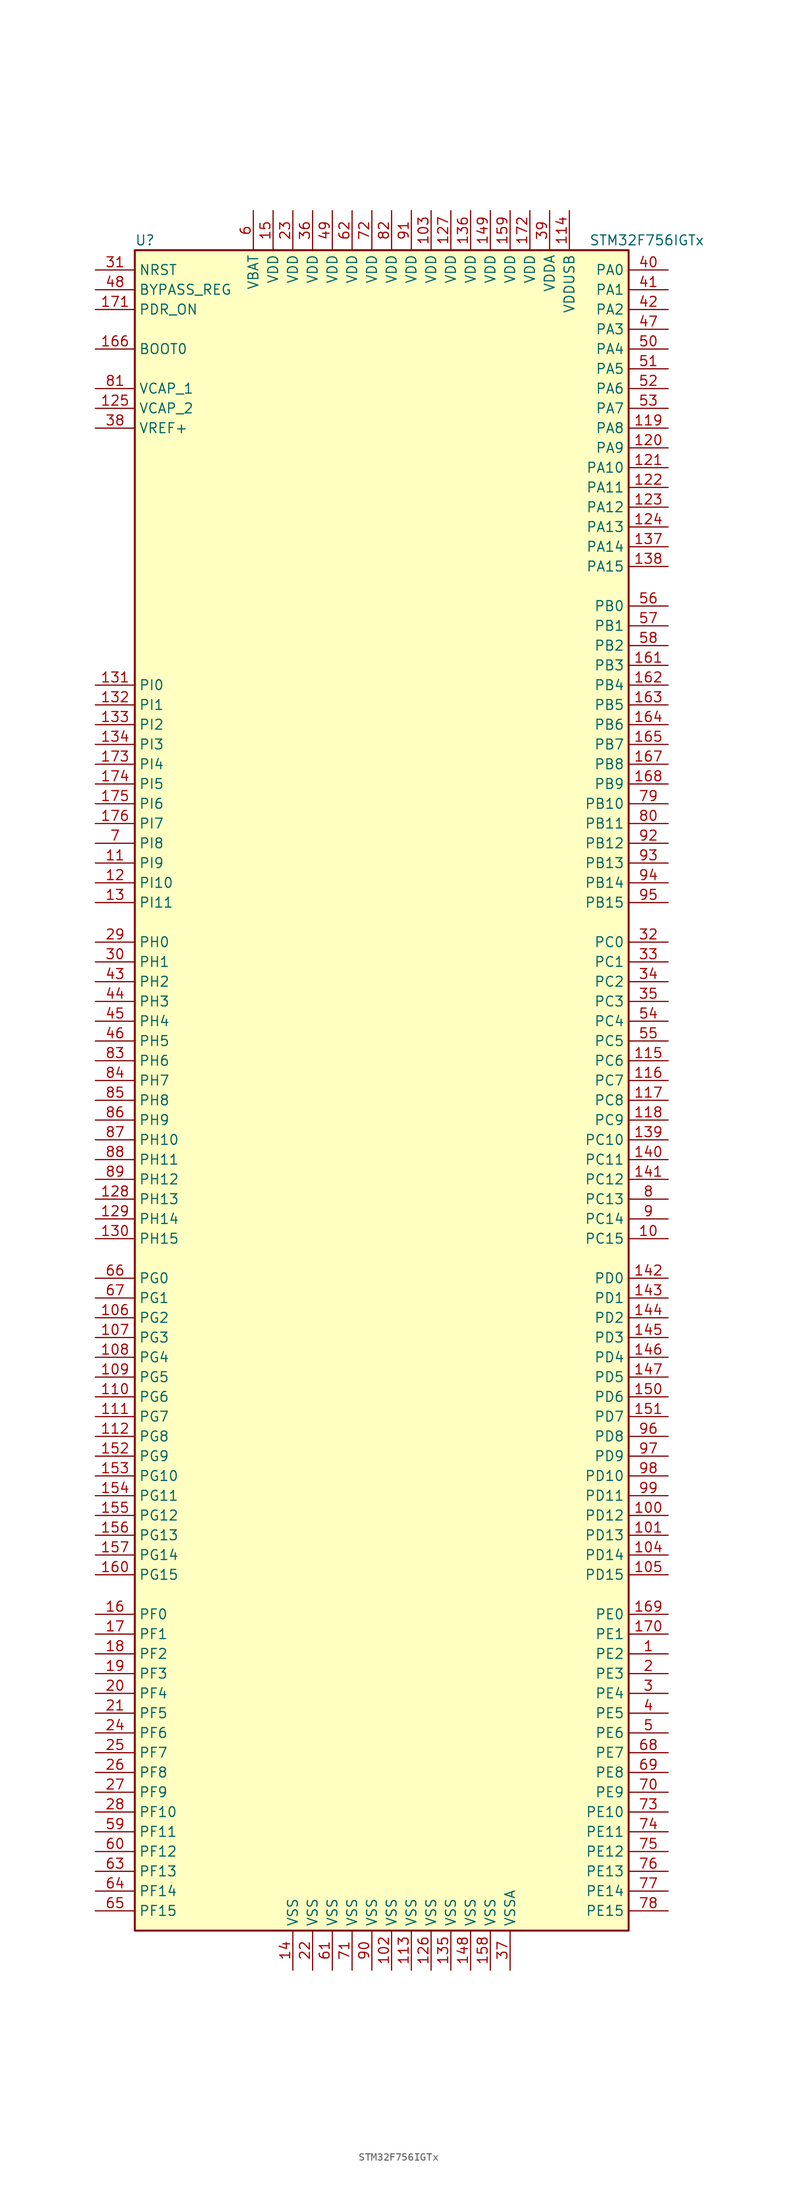
<source format=kicad_sym>
(kicad_symbol_lib
  (version 20201005)
  (generator kicad_symbol_editor)
  (symbol "MCU_ST_STM32F7:STM32F756IGTx"
    (property "Reference" "U"
      (at -33.02 107.95 0)
      (effects (font (size 1.27 1.27)) (justify left)))
    (property "Value" "STM32F756IGTx"
      (at 25.4 107.95 0)
      (effects (font (size 1.27 1.27)) (justify left)))
    (symbol "STM32F756IGTx_0_1"
      (rectangle (start -33.02 -109.22) (end 30.48 106.68) (stroke (width 0.254)) (fill (type background))))
    (symbol "STM32F756IGTx_1_1"
      (pin input line (at -38.1 93.98 0) (length 5.08) (name "BOOT0" (effects (font (size 1.27 1.27)))) (number "166" (effects (font (size 1.27 1.27)))))
      (pin input line (at -38.1 101.6 0) (length 5.08) (name "BYPASS_REG" (effects (font (size 1.27 1.27)))) (number "48" (effects (font (size 1.27 1.27)))))
      (pin input line (at -38.1 104.14 0) (length 5.08) (name "NRST" (effects (font (size 1.27 1.27)))) (number "31" (effects (font (size 1.27 1.27)))))
      (pin bidirectional line (at 35.56 104.14 180) (length 5.08) (name "PA0" (effects (font (size 1.27 1.27)))) (number "40" (effects (font (size 1.27 1.27)))))
      (pin bidirectional line (at 35.56 101.6 180) (length 5.08) (name "PA1" (effects (font (size 1.27 1.27)))) (number "41" (effects (font (size 1.27 1.27)))))
      (pin bidirectional line (at 35.56 78.74 180) (length 5.08) (name "PA10" (effects (font (size 1.27 1.27)))) (number "121" (effects (font (size 1.27 1.27)))))
      (pin bidirectional line (at 35.56 76.2 180) (length 5.08) (name "PA11" (effects (font (size 1.27 1.27)))) (number "122" (effects (font (size 1.27 1.27)))))
      (pin bidirectional line (at 35.56 73.66 180) (length 5.08) (name "PA12" (effects (font (size 1.27 1.27)))) (number "123" (effects (font (size 1.27 1.27)))))
      (pin bidirectional line (at 35.56 71.12 180) (length 5.08) (name "PA13" (effects (font (size 1.27 1.27)))) (number "124" (effects (font (size 1.27 1.27)))))
      (pin bidirectional line (at 35.56 68.58 180) (length 5.08) (name "PA14" (effects (font (size 1.27 1.27)))) (number "137" (effects (font (size 1.27 1.27)))))
      (pin bidirectional line (at 35.56 66.04 180) (length 5.08) (name "PA15" (effects (font (size 1.27 1.27)))) (number "138" (effects (font (size 1.27 1.27)))))
      (pin bidirectional line (at 35.56 99.06 180) (length 5.08) (name "PA2" (effects (font (size 1.27 1.27)))) (number "42" (effects (font (size 1.27 1.27)))))
      (pin bidirectional line (at 35.56 96.52 180) (length 5.08) (name "PA3" (effects (font (size 1.27 1.27)))) (number "47" (effects (font (size 1.27 1.27)))))
      (pin bidirectional line (at 35.56 93.98 180) (length 5.08) (name "PA4" (effects (font (size 1.27 1.27)))) (number "50" (effects (font (size 1.27 1.27)))))
      (pin bidirectional line (at 35.56 91.44 180) (length 5.08) (name "PA5" (effects (font (size 1.27 1.27)))) (number "51" (effects (font (size 1.27 1.27)))))
      (pin bidirectional line (at 35.56 88.9 180) (length 5.08) (name "PA6" (effects (font (size 1.27 1.27)))) (number "52" (effects (font (size 1.27 1.27)))))
      (pin bidirectional line (at 35.56 86.36 180) (length 5.08) (name "PA7" (effects (font (size 1.27 1.27)))) (number "53" (effects (font (size 1.27 1.27)))))
      (pin bidirectional line (at 35.56 83.82 180) (length 5.08) (name "PA8" (effects (font (size 1.27 1.27)))) (number "119" (effects (font (size 1.27 1.27)))))
      (pin bidirectional line (at 35.56 81.28 180) (length 5.08) (name "PA9" (effects (font (size 1.27 1.27)))) (number "120" (effects (font (size 1.27 1.27)))))
      (pin bidirectional line (at 35.56 60.96 180) (length 5.08) (name "PB0" (effects (font (size 1.27 1.27)))) (number "56" (effects (font (size 1.27 1.27)))))
      (pin bidirectional line (at 35.56 58.42 180) (length 5.08) (name "PB1" (effects (font (size 1.27 1.27)))) (number "57" (effects (font (size 1.27 1.27)))))
      (pin bidirectional line (at 35.56 35.56 180) (length 5.08) (name "PB10" (effects (font (size 1.27 1.27)))) (number "79" (effects (font (size 1.27 1.27)))))
      (pin bidirectional line (at 35.56 33.02 180) (length 5.08) (name "PB11" (effects (font (size 1.27 1.27)))) (number "80" (effects (font (size 1.27 1.27)))))
      (pin bidirectional line (at 35.56 30.48 180) (length 5.08) (name "PB12" (effects (font (size 1.27 1.27)))) (number "92" (effects (font (size 1.27 1.27)))))
      (pin bidirectional line (at 35.56 27.94 180) (length 5.08) (name "PB13" (effects (font (size 1.27 1.27)))) (number "93" (effects (font (size 1.27 1.27)))))
      (pin bidirectional line (at 35.56 25.4 180) (length 5.08) (name "PB14" (effects (font (size 1.27 1.27)))) (number "94" (effects (font (size 1.27 1.27)))))
      (pin bidirectional line (at 35.56 22.86 180) (length 5.08) (name "PB15" (effects (font (size 1.27 1.27)))) (number "95" (effects (font (size 1.27 1.27)))))
      (pin bidirectional line (at 35.56 55.88 180) (length 5.08) (name "PB2" (effects (font (size 1.27 1.27)))) (number "58" (effects (font (size 1.27 1.27)))))
      (pin bidirectional line (at 35.56 53.34 180) (length 5.08) (name "PB3" (effects (font (size 1.27 1.27)))) (number "161" (effects (font (size 1.27 1.27)))))
      (pin bidirectional line (at 35.56 50.8 180) (length 5.08) (name "PB4" (effects (font (size 1.27 1.27)))) (number "162" (effects (font (size 1.27 1.27)))))
      (pin bidirectional line (at 35.56 48.26 180) (length 5.08) (name "PB5" (effects (font (size 1.27 1.27)))) (number "163" (effects (font (size 1.27 1.27)))))
      (pin bidirectional line (at 35.56 45.72 180) (length 5.08) (name "PB6" (effects (font (size 1.27 1.27)))) (number "164" (effects (font (size 1.27 1.27)))))
      (pin bidirectional line (at 35.56 43.18 180) (length 5.08) (name "PB7" (effects (font (size 1.27 1.27)))) (number "165" (effects (font (size 1.27 1.27)))))
      (pin bidirectional line (at 35.56 40.64 180) (length 5.08) (name "PB8" (effects (font (size 1.27 1.27)))) (number "167" (effects (font (size 1.27 1.27)))))
      (pin bidirectional line (at 35.56 38.1 180) (length 5.08) (name "PB9" (effects (font (size 1.27 1.27)))) (number "168" (effects (font (size 1.27 1.27)))))
      (pin bidirectional line (at 35.56 17.78 180) (length 5.08) (name "PC0" (effects (font (size 1.27 1.27)))) (number "32" (effects (font (size 1.27 1.27)))))
      (pin bidirectional line (at 35.56 15.24 180) (length 5.08) (name "PC1" (effects (font (size 1.27 1.27)))) (number "33" (effects (font (size 1.27 1.27)))))
      (pin bidirectional line (at 35.56 -7.62 180) (length 5.08) (name "PC10" (effects (font (size 1.27 1.27)))) (number "139" (effects (font (size 1.27 1.27)))))
      (pin bidirectional line (at 35.56 -10.16 180) (length 5.08) (name "PC11" (effects (font (size 1.27 1.27)))) (number "140" (effects (font (size 1.27 1.27)))))
      (pin bidirectional line (at 35.56 -12.7 180) (length 5.08) (name "PC12" (effects (font (size 1.27 1.27)))) (number "141" (effects (font (size 1.27 1.27)))))
      (pin bidirectional line (at 35.56 -15.24 180) (length 5.08) (name "PC13" (effects (font (size 1.27 1.27)))) (number "8" (effects (font (size 1.27 1.27)))))
      (pin bidirectional line (at 35.56 -17.78 180) (length 5.08) (name "PC14" (effects (font (size 1.27 1.27)))) (number "9" (effects (font (size 1.27 1.27)))))
      (pin bidirectional line (at 35.56 -20.32 180) (length 5.08) (name "PC15" (effects (font (size 1.27 1.27)))) (number "10" (effects (font (size 1.27 1.27)))))
      (pin bidirectional line (at 35.56 12.7 180) (length 5.08) (name "PC2" (effects (font (size 1.27 1.27)))) (number "34" (effects (font (size 1.27 1.27)))))
      (pin bidirectional line (at 35.56 10.16 180) (length 5.08) (name "PC3" (effects (font (size 1.27 1.27)))) (number "35" (effects (font (size 1.27 1.27)))))
      (pin bidirectional line (at 35.56 7.62 180) (length 5.08) (name "PC4" (effects (font (size 1.27 1.27)))) (number "54" (effects (font (size 1.27 1.27)))))
      (pin bidirectional line (at 35.56 5.08 180) (length 5.08) (name "PC5" (effects (font (size 1.27 1.27)))) (number "55" (effects (font (size 1.27 1.27)))))
      (pin bidirectional line (at 35.56 2.54 180) (length 5.08) (name "PC6" (effects (font (size 1.27 1.27)))) (number "115" (effects (font (size 1.27 1.27)))))
      (pin bidirectional line (at 35.56 0 180) (length 5.08) (name "PC7" (effects (font (size 1.27 1.27)))) (number "116" (effects (font (size 1.27 1.27)))))
      (pin bidirectional line (at 35.56 -2.54 180) (length 5.08) (name "PC8" (effects (font (size 1.27 1.27)))) (number "117" (effects (font (size 1.27 1.27)))))
      (pin bidirectional line (at 35.56 -5.08 180) (length 5.08) (name "PC9" (effects (font (size 1.27 1.27)))) (number "118" (effects (font (size 1.27 1.27)))))
      (pin bidirectional line (at 35.56 -25.4 180) (length 5.08) (name "PD0" (effects (font (size 1.27 1.27)))) (number "142" (effects (font (size 1.27 1.27)))))
      (pin bidirectional line (at 35.56 -27.94 180) (length 5.08) (name "PD1" (effects (font (size 1.27 1.27)))) (number "143" (effects (font (size 1.27 1.27)))))
      (pin bidirectional line (at 35.56 -50.8 180) (length 5.08) (name "PD10" (effects (font (size 1.27 1.27)))) (number "98" (effects (font (size 1.27 1.27)))))
      (pin bidirectional line (at 35.56 -53.34 180) (length 5.08) (name "PD11" (effects (font (size 1.27 1.27)))) (number "99" (effects (font (size 1.27 1.27)))))
      (pin bidirectional line (at 35.56 -55.88 180) (length 5.08) (name "PD12" (effects (font (size 1.27 1.27)))) (number "100" (effects (font (size 1.27 1.27)))))
      (pin bidirectional line (at 35.56 -58.42 180) (length 5.08) (name "PD13" (effects (font (size 1.27 1.27)))) (number "101" (effects (font (size 1.27 1.27)))))
      (pin bidirectional line (at 35.56 -60.96 180) (length 5.08) (name "PD14" (effects (font (size 1.27 1.27)))) (number "104" (effects (font (size 1.27 1.27)))))
      (pin bidirectional line (at 35.56 -63.5 180) (length 5.08) (name "PD15" (effects (font (size 1.27 1.27)))) (number "105" (effects (font (size 1.27 1.27)))))
      (pin bidirectional line (at 35.56 -30.48 180) (length 5.08) (name "PD2" (effects (font (size 1.27 1.27)))) (number "144" (effects (font (size 1.27 1.27)))))
      (pin bidirectional line (at 35.56 -33.02 180) (length 5.08) (name "PD3" (effects (font (size 1.27 1.27)))) (number "145" (effects (font (size 1.27 1.27)))))
      (pin bidirectional line (at 35.56 -35.56 180) (length 5.08) (name "PD4" (effects (font (size 1.27 1.27)))) (number "146" (effects (font (size 1.27 1.27)))))
      (pin bidirectional line (at 35.56 -38.1 180) (length 5.08) (name "PD5" (effects (font (size 1.27 1.27)))) (number "147" (effects (font (size 1.27 1.27)))))
      (pin bidirectional line (at 35.56 -40.64 180) (length 5.08) (name "PD6" (effects (font (size 1.27 1.27)))) (number "150" (effects (font (size 1.27 1.27)))))
      (pin bidirectional line (at 35.56 -43.18 180) (length 5.08) (name "PD7" (effects (font (size 1.27 1.27)))) (number "151" (effects (font (size 1.27 1.27)))))
      (pin bidirectional line (at 35.56 -45.72 180) (length 5.08) (name "PD8" (effects (font (size 1.27 1.27)))) (number "96" (effects (font (size 1.27 1.27)))))
      (pin bidirectional line (at 35.56 -48.26 180) (length 5.08) (name "PD9" (effects (font (size 1.27 1.27)))) (number "97" (effects (font (size 1.27 1.27)))))
      (pin input line (at -38.1 99.06 0) (length 5.08) (name "PDR_ON" (effects (font (size 1.27 1.27)))) (number "171" (effects (font (size 1.27 1.27)))))
      (pin bidirectional line (at 35.56 -68.58 180) (length 5.08) (name "PE0" (effects (font (size 1.27 1.27)))) (number "169" (effects (font (size 1.27 1.27)))))
      (pin bidirectional line (at 35.56 -71.12 180) (length 5.08) (name "PE1" (effects (font (size 1.27 1.27)))) (number "170" (effects (font (size 1.27 1.27)))))
      (pin bidirectional line (at 35.56 -93.98 180) (length 5.08) (name "PE10" (effects (font (size 1.27 1.27)))) (number "73" (effects (font (size 1.27 1.27)))))
      (pin bidirectional line (at 35.56 -96.52 180) (length 5.08) (name "PE11" (effects (font (size 1.27 1.27)))) (number "74" (effects (font (size 1.27 1.27)))))
      (pin bidirectional line (at 35.56 -99.06 180) (length 5.08) (name "PE12" (effects (font (size 1.27 1.27)))) (number "75" (effects (font (size 1.27 1.27)))))
      (pin bidirectional line (at 35.56 -101.6 180) (length 5.08) (name "PE13" (effects (font (size 1.27 1.27)))) (number "76" (effects (font (size 1.27 1.27)))))
      (pin bidirectional line (at 35.56 -104.14 180) (length 5.08) (name "PE14" (effects (font (size 1.27 1.27)))) (number "77" (effects (font (size 1.27 1.27)))))
      (pin bidirectional line (at 35.56 -106.68 180) (length 5.08) (name "PE15" (effects (font (size 1.27 1.27)))) (number "78" (effects (font (size 1.27 1.27)))))
      (pin bidirectional line (at 35.56 -73.66 180) (length 5.08) (name "PE2" (effects (font (size 1.27 1.27)))) (number "1" (effects (font (size 1.27 1.27)))))
      (pin bidirectional line (at 35.56 -76.2 180) (length 5.08) (name "PE3" (effects (font (size 1.27 1.27)))) (number "2" (effects (font (size 1.27 1.27)))))
      (pin bidirectional line (at 35.56 -78.74 180) (length 5.08) (name "PE4" (effects (font (size 1.27 1.27)))) (number "3" (effects (font (size 1.27 1.27)))))
      (pin bidirectional line (at 35.56 -81.28 180) (length 5.08) (name "PE5" (effects (font (size 1.27 1.27)))) (number "4" (effects (font (size 1.27 1.27)))))
      (pin bidirectional line (at 35.56 -83.82 180) (length 5.08) (name "PE6" (effects (font (size 1.27 1.27)))) (number "5" (effects (font (size 1.27 1.27)))))
      (pin bidirectional line (at 35.56 -86.36 180) (length 5.08) (name "PE7" (effects (font (size 1.27 1.27)))) (number "68" (effects (font (size 1.27 1.27)))))
      (pin bidirectional line (at 35.56 -88.9 180) (length 5.08) (name "PE8" (effects (font (size 1.27 1.27)))) (number "69" (effects (font (size 1.27 1.27)))))
      (pin bidirectional line (at 35.56 -91.44 180) (length 5.08) (name "PE9" (effects (font (size 1.27 1.27)))) (number "70" (effects (font (size 1.27 1.27)))))
      (pin bidirectional line (at -38.1 -68.58 0) (length 5.08) (name "PF0" (effects (font (size 1.27 1.27)))) (number "16" (effects (font (size 1.27 1.27)))))
      (pin bidirectional line (at -38.1 -71.12 0) (length 5.08) (name "PF1" (effects (font (size 1.27 1.27)))) (number "17" (effects (font (size 1.27 1.27)))))
      (pin bidirectional line (at -38.1 -93.98 0) (length 5.08) (name "PF10" (effects (font (size 1.27 1.27)))) (number "28" (effects (font (size 1.27 1.27)))))
      (pin bidirectional line (at -38.1 -96.52 0) (length 5.08) (name "PF11" (effects (font (size 1.27 1.27)))) (number "59" (effects (font (size 1.27 1.27)))))
      (pin bidirectional line (at -38.1 -99.06 0) (length 5.08) (name "PF12" (effects (font (size 1.27 1.27)))) (number "60" (effects (font (size 1.27 1.27)))))
      (pin bidirectional line (at -38.1 -101.6 0) (length 5.08) (name "PF13" (effects (font (size 1.27 1.27)))) (number "63" (effects (font (size 1.27 1.27)))))
      (pin bidirectional line (at -38.1 -104.14 0) (length 5.08) (name "PF14" (effects (font (size 1.27 1.27)))) (number "64" (effects (font (size 1.27 1.27)))))
      (pin bidirectional line (at -38.1 -106.68 0) (length 5.08) (name "PF15" (effects (font (size 1.27 1.27)))) (number "65" (effects (font (size 1.27 1.27)))))
      (pin bidirectional line (at -38.1 -73.66 0) (length 5.08) (name "PF2" (effects (font (size 1.27 1.27)))) (number "18" (effects (font (size 1.27 1.27)))))
      (pin bidirectional line (at -38.1 -76.2 0) (length 5.08) (name "PF3" (effects (font (size 1.27 1.27)))) (number "19" (effects (font (size 1.27 1.27)))))
      (pin bidirectional line (at -38.1 -78.74 0) (length 5.08) (name "PF4" (effects (font (size 1.27 1.27)))) (number "20" (effects (font (size 1.27 1.27)))))
      (pin bidirectional line (at -38.1 -81.28 0) (length 5.08) (name "PF5" (effects (font (size 1.27 1.27)))) (number "21" (effects (font (size 1.27 1.27)))))
      (pin bidirectional line (at -38.1 -83.82 0) (length 5.08) (name "PF6" (effects (font (size 1.27 1.27)))) (number "24" (effects (font (size 1.27 1.27)))))
      (pin bidirectional line (at -38.1 -86.36 0) (length 5.08) (name "PF7" (effects (font (size 1.27 1.27)))) (number "25" (effects (font (size 1.27 1.27)))))
      (pin bidirectional line (at -38.1 -88.9 0) (length 5.08) (name "PF8" (effects (font (size 1.27 1.27)))) (number "26" (effects (font (size 1.27 1.27)))))
      (pin bidirectional line (at -38.1 -91.44 0) (length 5.08) (name "PF9" (effects (font (size 1.27 1.27)))) (number "27" (effects (font (size 1.27 1.27)))))
      (pin bidirectional line (at -38.1 -25.4 0) (length 5.08) (name "PG0" (effects (font (size 1.27 1.27)))) (number "66" (effects (font (size 1.27 1.27)))))
      (pin bidirectional line (at -38.1 -27.94 0) (length 5.08) (name "PG1" (effects (font (size 1.27 1.27)))) (number "67" (effects (font (size 1.27 1.27)))))
      (pin bidirectional line (at -38.1 -50.8 0) (length 5.08) (name "PG10" (effects (font (size 1.27 1.27)))) (number "153" (effects (font (size 1.27 1.27)))))
      (pin bidirectional line (at -38.1 -53.34 0) (length 5.08) (name "PG11" (effects (font (size 1.27 1.27)))) (number "154" (effects (font (size 1.27 1.27)))))
      (pin bidirectional line (at -38.1 -55.88 0) (length 5.08) (name "PG12" (effects (font (size 1.27 1.27)))) (number "155" (effects (font (size 1.27 1.27)))))
      (pin bidirectional line (at -38.1 -58.42 0) (length 5.08) (name "PG13" (effects (font (size 1.27 1.27)))) (number "156" (effects (font (size 1.27 1.27)))))
      (pin bidirectional line (at -38.1 -60.96 0) (length 5.08) (name "PG14" (effects (font (size 1.27 1.27)))) (number "157" (effects (font (size 1.27 1.27)))))
      (pin bidirectional line (at -38.1 -63.5 0) (length 5.08) (name "PG15" (effects (font (size 1.27 1.27)))) (number "160" (effects (font (size 1.27 1.27)))))
      (pin bidirectional line (at -38.1 -30.48 0) (length 5.08) (name "PG2" (effects (font (size 1.27 1.27)))) (number "106" (effects (font (size 1.27 1.27)))))
      (pin bidirectional line (at -38.1 -33.02 0) (length 5.08) (name "PG3" (effects (font (size 1.27 1.27)))) (number "107" (effects (font (size 1.27 1.27)))))
      (pin bidirectional line (at -38.1 -35.56 0) (length 5.08) (name "PG4" (effects (font (size 1.27 1.27)))) (number "108" (effects (font (size 1.27 1.27)))))
      (pin bidirectional line (at -38.1 -38.1 0) (length 5.08) (name "PG5" (effects (font (size 1.27 1.27)))) (number "109" (effects (font (size 1.27 1.27)))))
      (pin bidirectional line (at -38.1 -40.64 0) (length 5.08) (name "PG6" (effects (font (size 1.27 1.27)))) (number "110" (effects (font (size 1.27 1.27)))))
      (pin bidirectional line (at -38.1 -43.18 0) (length 5.08) (name "PG7" (effects (font (size 1.27 1.27)))) (number "111" (effects (font (size 1.27 1.27)))))
      (pin bidirectional line (at -38.1 -45.72 0) (length 5.08) (name "PG8" (effects (font (size 1.27 1.27)))) (number "112" (effects (font (size 1.27 1.27)))))
      (pin bidirectional line (at -38.1 -48.26 0) (length 5.08) (name "PG9" (effects (font (size 1.27 1.27)))) (number "152" (effects (font (size 1.27 1.27)))))
      (pin input line (at -38.1 17.78 0) (length 5.08) (name "PH0" (effects (font (size 1.27 1.27)))) (number "29" (effects (font (size 1.27 1.27)))))
      (pin input line (at -38.1 15.24 0) (length 5.08) (name "PH1" (effects (font (size 1.27 1.27)))) (number "30" (effects (font (size 1.27 1.27)))))
      (pin bidirectional line (at -38.1 -7.62 0) (length 5.08) (name "PH10" (effects (font (size 1.27 1.27)))) (number "87" (effects (font (size 1.27 1.27)))))
      (pin bidirectional line (at -38.1 -10.16 0) (length 5.08) (name "PH11" (effects (font (size 1.27 1.27)))) (number "88" (effects (font (size 1.27 1.27)))))
      (pin bidirectional line (at -38.1 -12.7 0) (length 5.08) (name "PH12" (effects (font (size 1.27 1.27)))) (number "89" (effects (font (size 1.27 1.27)))))
      (pin bidirectional line (at -38.1 -15.24 0) (length 5.08) (name "PH13" (effects (font (size 1.27 1.27)))) (number "128" (effects (font (size 1.27 1.27)))))
      (pin bidirectional line (at -38.1 -17.78 0) (length 5.08) (name "PH14" (effects (font (size 1.27 1.27)))) (number "129" (effects (font (size 1.27 1.27)))))
      (pin bidirectional line (at -38.1 -20.32 0) (length 5.08) (name "PH15" (effects (font (size 1.27 1.27)))) (number "130" (effects (font (size 1.27 1.27)))))
      (pin bidirectional line (at -38.1 12.7 0) (length 5.08) (name "PH2" (effects (font (size 1.27 1.27)))) (number "43" (effects (font (size 1.27 1.27)))))
      (pin bidirectional line (at -38.1 10.16 0) (length 5.08) (name "PH3" (effects (font (size 1.27 1.27)))) (number "44" (effects (font (size 1.27 1.27)))))
      (pin bidirectional line (at -38.1 7.62 0) (length 5.08) (name "PH4" (effects (font (size 1.27 1.27)))) (number "45" (effects (font (size 1.27 1.27)))))
      (pin bidirectional line (at -38.1 5.08 0) (length 5.08) (name "PH5" (effects (font (size 1.27 1.27)))) (number "46" (effects (font (size 1.27 1.27)))))
      (pin bidirectional line (at -38.1 2.54 0) (length 5.08) (name "PH6" (effects (font (size 1.27 1.27)))) (number "83" (effects (font (size 1.27 1.27)))))
      (pin bidirectional line (at -38.1 0 0) (length 5.08) (name "PH7" (effects (font (size 1.27 1.27)))) (number "84" (effects (font (size 1.27 1.27)))))
      (pin bidirectional line (at -38.1 -2.54 0) (length 5.08) (name "PH8" (effects (font (size 1.27 1.27)))) (number "85" (effects (font (size 1.27 1.27)))))
      (pin bidirectional line (at -38.1 -5.08 0) (length 5.08) (name "PH9" (effects (font (size 1.27 1.27)))) (number "86" (effects (font (size 1.27 1.27)))))
      (pin bidirectional line (at -38.1 50.8 0) (length 5.08) (name "PI0" (effects (font (size 1.27 1.27)))) (number "131" (effects (font (size 1.27 1.27)))))
      (pin bidirectional line (at -38.1 48.26 0) (length 5.08) (name "PI1" (effects (font (size 1.27 1.27)))) (number "132" (effects (font (size 1.27 1.27)))))
      (pin bidirectional line (at -38.1 25.4 0) (length 5.08) (name "PI10" (effects (font (size 1.27 1.27)))) (number "12" (effects (font (size 1.27 1.27)))))
      (pin bidirectional line (at -38.1 22.86 0) (length 5.08) (name "PI11" (effects (font (size 1.27 1.27)))) (number "13" (effects (font (size 1.27 1.27)))))
      (pin bidirectional line (at -38.1 45.72 0) (length 5.08) (name "PI2" (effects (font (size 1.27 1.27)))) (number "133" (effects (font (size 1.27 1.27)))))
      (pin bidirectional line (at -38.1 43.18 0) (length 5.08) (name "PI3" (effects (font (size 1.27 1.27)))) (number "134" (effects (font (size 1.27 1.27)))))
      (pin bidirectional line (at -38.1 40.64 0) (length 5.08) (name "PI4" (effects (font (size 1.27 1.27)))) (number "173" (effects (font (size 1.27 1.27)))))
      (pin bidirectional line (at -38.1 38.1 0) (length 5.08) (name "PI5" (effects (font (size 1.27 1.27)))) (number "174" (effects (font (size 1.27 1.27)))))
      (pin bidirectional line (at -38.1 35.56 0) (length 5.08) (name "PI6" (effects (font (size 1.27 1.27)))) (number "175" (effects (font (size 1.27 1.27)))))
      (pin bidirectional line (at -38.1 33.02 0) (length 5.08) (name "PI7" (effects (font (size 1.27 1.27)))) (number "176" (effects (font (size 1.27 1.27)))))
      (pin bidirectional line (at -38.1 30.48 0) (length 5.08) (name "PI8" (effects (font (size 1.27 1.27)))) (number "7" (effects (font (size 1.27 1.27)))))
      (pin bidirectional line (at -38.1 27.94 0) (length 5.08) (name "PI9" (effects (font (size 1.27 1.27)))) (number "11" (effects (font (size 1.27 1.27)))))
      (pin power_in line (at -17.78 111.76 270) (length 5.08) (name "VBAT" (effects (font (size 1.27 1.27)))) (number "6" (effects (font (size 1.27 1.27)))))
      (pin power_in line (at -38.1 88.9 0) (length 5.08) (name "VCAP_1" (effects (font (size 1.27 1.27)))) (number "81" (effects (font (size 1.27 1.27)))))
      (pin power_in line (at -38.1 86.36 0) (length 5.08) (name "VCAP_2" (effects (font (size 1.27 1.27)))) (number "125" (effects (font (size 1.27 1.27)))))
      (pin power_in line (at 5.08 111.76 270) (length 5.08) (name "VDD" (effects (font (size 1.27 1.27)))) (number "103" (effects (font (size 1.27 1.27)))))
      (pin power_in line (at 7.62 111.76 270) (length 5.08) (name "VDD" (effects (font (size 1.27 1.27)))) (number "127" (effects (font (size 1.27 1.27)))))
      (pin power_in line (at 10.16 111.76 270) (length 5.08) (name "VDD" (effects (font (size 1.27 1.27)))) (number "136" (effects (font (size 1.27 1.27)))))
      (pin power_in line (at 12.7 111.76 270) (length 5.08) (name "VDD" (effects (font (size 1.27 1.27)))) (number "149" (effects (font (size 1.27 1.27)))))
      (pin power_in line (at -15.24 111.76 270) (length 5.08) (name "VDD" (effects (font (size 1.27 1.27)))) (number "15" (effects (font (size 1.27 1.27)))))
      (pin power_in line (at 15.24 111.76 270) (length 5.08) (name "VDD" (effects (font (size 1.27 1.27)))) (number "159" (effects (font (size 1.27 1.27)))))
      (pin power_in line (at 17.78 111.76 270) (length 5.08) (name "VDD" (effects (font (size 1.27 1.27)))) (number "172" (effects (font (size 1.27 1.27)))))
      (pin power_in line (at -12.7 111.76 270) (length 5.08) (name "VDD" (effects (font (size 1.27 1.27)))) (number "23" (effects (font (size 1.27 1.27)))))
      (pin power_in line (at -10.16 111.76 270) (length 5.08) (name "VDD" (effects (font (size 1.27 1.27)))) (number "36" (effects (font (size 1.27 1.27)))))
      (pin power_in line (at -7.62 111.76 270) (length 5.08) (name "VDD" (effects (font (size 1.27 1.27)))) (number "49" (effects (font (size 1.27 1.27)))))
      (pin power_in line (at -5.08 111.76 270) (length 5.08) (name "VDD" (effects (font (size 1.27 1.27)))) (number "62" (effects (font (size 1.27 1.27)))))
      (pin power_in line (at -2.54 111.76 270) (length 5.08) (name "VDD" (effects (font (size 1.27 1.27)))) (number "72" (effects (font (size 1.27 1.27)))))
      (pin power_in line (at 0 111.76 270) (length 5.08) (name "VDD" (effects (font (size 1.27 1.27)))) (number "82" (effects (font (size 1.27 1.27)))))
      (pin power_in line (at 2.54 111.76 270) (length 5.08) (name "VDD" (effects (font (size 1.27 1.27)))) (number "91" (effects (font (size 1.27 1.27)))))
      (pin power_in line (at 20.32 111.76 270) (length 5.08) (name "VDDA" (effects (font (size 1.27 1.27)))) (number "39" (effects (font (size 1.27 1.27)))))
      (pin power_in line (at 22.86 111.76 270) (length 5.08) (name "VDDUSB" (effects (font (size 1.27 1.27)))) (number "114" (effects (font (size 1.27 1.27)))))
      (pin power_in line (at -38.1 83.82 0) (length 5.08) (name "VREF+" (effects (font (size 1.27 1.27)))) (number "38" (effects (font (size 1.27 1.27)))))
      (pin power_in line (at 0 -114.3 90) (length 5.08) (name "VSS" (effects (font (size 1.27 1.27)))) (number "102" (effects (font (size 1.27 1.27)))))
      (pin power_in line (at 2.54 -114.3 90) (length 5.08) (name "VSS" (effects (font (size 1.27 1.27)))) (number "113" (effects (font (size 1.27 1.27)))))
      (pin power_in line (at 5.08 -114.3 90) (length 5.08) (name "VSS" (effects (font (size 1.27 1.27)))) (number "126" (effects (font (size 1.27 1.27)))))
      (pin power_in line (at 7.62 -114.3 90) (length 5.08) (name "VSS" (effects (font (size 1.27 1.27)))) (number "135" (effects (font (size 1.27 1.27)))))
      (pin power_in line (at -12.7 -114.3 90) (length 5.08) (name "VSS" (effects (font (size 1.27 1.27)))) (number "14" (effects (font (size 1.27 1.27)))))
      (pin power_in line (at 10.16 -114.3 90) (length 5.08) (name "VSS" (effects (font (size 1.27 1.27)))) (number "148" (effects (font (size 1.27 1.27)))))
      (pin power_in line (at 12.7 -114.3 90) (length 5.08) (name "VSS" (effects (font (size 1.27 1.27)))) (number "158" (effects (font (size 1.27 1.27)))))
      (pin power_in line (at -10.16 -114.3 90) (length 5.08) (name "VSS" (effects (font (size 1.27 1.27)))) (number "22" (effects (font (size 1.27 1.27)))))
      (pin power_in line (at -7.62 -114.3 90) (length 5.08) (name "VSS" (effects (font (size 1.27 1.27)))) (number "61" (effects (font (size 1.27 1.27)))))
      (pin power_in line (at -5.08 -114.3 90) (length 5.08) (name "VSS" (effects (font (size 1.27 1.27)))) (number "71" (effects (font (size 1.27 1.27)))))
      (pin power_in line (at -2.54 -114.3 90) (length 5.08) (name "VSS" (effects (font (size 1.27 1.27)))) (number "90" (effects (font (size 1.27 1.27)))))
      (pin power_in line (at 15.24 -114.3 90) (length 5.08) (name "VSSA" (effects (font (size 1.27 1.27)))) (number "37" (effects (font (size 1.27 1.27))))))))
</source>
